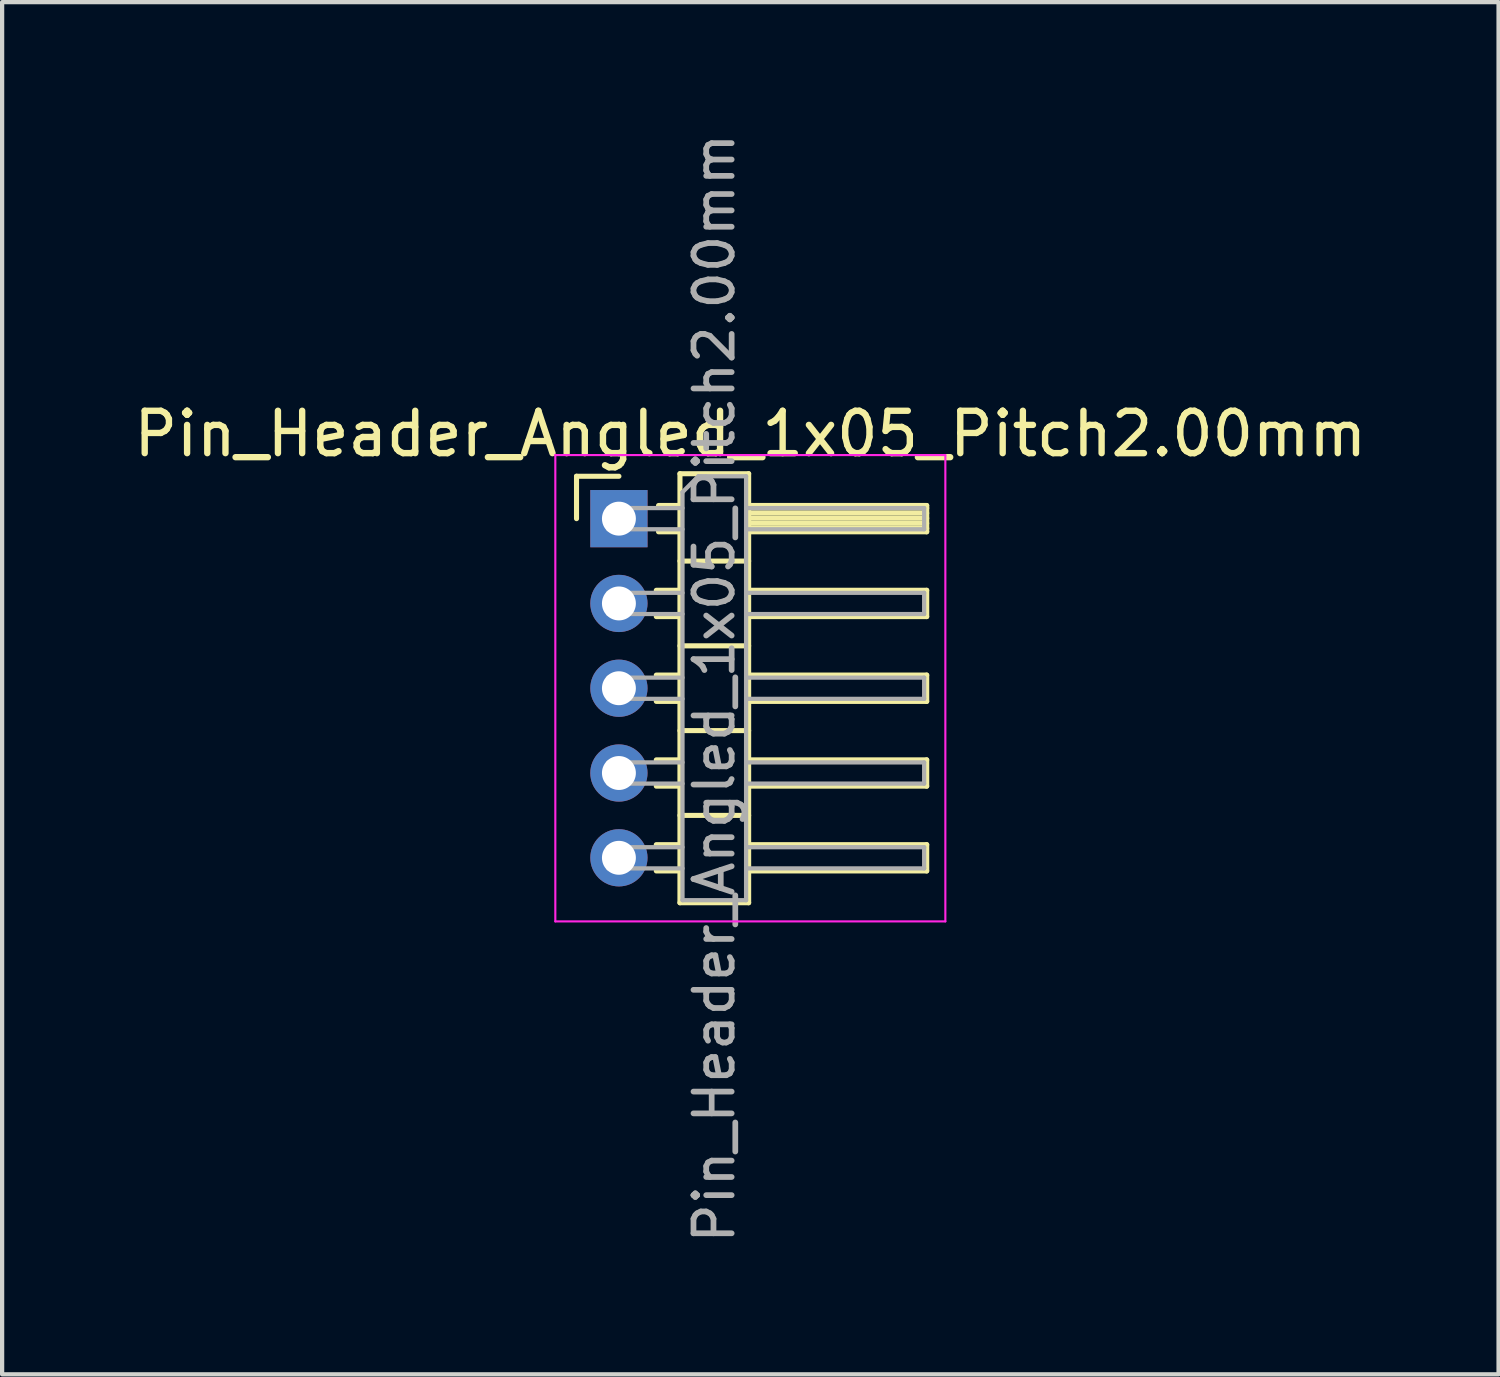
<source format=kicad_pcb>
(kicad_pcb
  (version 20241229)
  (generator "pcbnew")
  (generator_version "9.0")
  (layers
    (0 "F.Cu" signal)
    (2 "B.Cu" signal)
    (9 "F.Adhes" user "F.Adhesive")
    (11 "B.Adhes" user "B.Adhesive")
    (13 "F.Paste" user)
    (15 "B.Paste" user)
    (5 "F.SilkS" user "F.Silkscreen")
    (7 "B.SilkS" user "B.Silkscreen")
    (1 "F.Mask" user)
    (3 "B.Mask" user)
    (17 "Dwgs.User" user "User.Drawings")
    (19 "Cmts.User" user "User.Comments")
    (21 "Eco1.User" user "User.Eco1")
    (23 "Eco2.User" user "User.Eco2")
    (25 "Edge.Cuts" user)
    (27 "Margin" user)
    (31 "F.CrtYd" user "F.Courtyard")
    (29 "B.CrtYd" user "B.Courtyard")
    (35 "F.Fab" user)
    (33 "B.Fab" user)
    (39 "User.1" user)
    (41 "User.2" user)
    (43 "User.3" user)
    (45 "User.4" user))
  (footprint "Pin_Header_Angled_1x05_Pitch2.00mm"
    (layer "F.Cu")
    (at 11.549 9.184)
    (property "Reference" "Pin_Header_Angled_1x05_Pitch2.00mm" (at 3.1 -2 0) (layer "F.SilkS") (effects (font (size 1 1) (thickness 0.15))))
    (attr through_hole)
    (fp_line (start -1 -1) (end 0 -1) (stroke (width 0.12) (type solid)) (layer "F.SilkS"))
    (fp_line (start -1 0) (end -1 -1) (stroke (width 0.12) (type solid)) (layer "F.SilkS"))
    (fp_line (start 0.882 1.69) (end 1.44 1.69) (stroke (width 0.12) (type solid)) (layer "F.SilkS"))
    (fp_line (start 0.882 2.31) (end 1.44 2.31) (stroke (width 0.12) (type solid)) (layer "F.SilkS"))
    (fp_line (start 0.882 3.69) (end 1.44 3.69) (stroke (width 0.12) (type solid)) (layer "F.SilkS"))
    (fp_line (start 0.882 4.31) (end 1.44 4.31) (stroke (width 0.12) (type solid)) (layer "F.SilkS"))
    (fp_line (start 0.882 5.69) (end 1.44 5.69) (stroke (width 0.12) (type solid)) (layer "F.SilkS"))
    (fp_line (start 0.882 6.31) (end 1.44 6.31) (stroke (width 0.12) (type solid)) (layer "F.SilkS"))
    (fp_line (start 0.882 7.69) (end 1.44 7.69) (stroke (width 0.12) (type solid)) (layer "F.SilkS"))
    (fp_line (start 0.882 8.31) (end 1.44 8.31) (stroke (width 0.12) (type solid)) (layer "F.SilkS"))
    (fp_line (start 0.935 -0.31) (end 1.44 -0.31) (stroke (width 0.12) (type solid)) (layer "F.SilkS"))
    (fp_line (start 0.935 0.31) (end 1.44 0.31) (stroke (width 0.12) (type solid)) (layer "F.SilkS"))
    (fp_line (start 1.44 -1.06) (end 1.44 9.06) (stroke (width 0.12) (type solid)) (layer "F.SilkS"))
    (fp_line (start 1.44 1) (end 3.06 1) (stroke (width 0.12) (type solid)) (layer "F.SilkS"))
    (fp_line (start 1.44 3) (end 3.06 3) (stroke (width 0.12) (type solid)) (layer "F.SilkS"))
    (fp_line (start 1.44 5) (end 3.06 5) (stroke (width 0.12) (type solid)) (layer "F.SilkS"))
    (fp_line (start 1.44 7) (end 3.06 7) (stroke (width 0.12) (type solid)) (layer "F.SilkS"))
    (fp_line (start 1.44 9.06) (end 3.06 9.06) (stroke (width 0.12) (type solid)) (layer "F.SilkS"))
    (fp_line (start 3.06 -1.06) (end 1.44 -1.06) (stroke (width 0.12) (type solid)) (layer "F.SilkS"))
    (fp_line (start 3.06 -0.31) (end 7.26 -0.31) (stroke (width 0.12) (type solid)) (layer "F.SilkS"))
    (fp_line (start 3.06 -0.25) (end 7.26 -0.25) (stroke (width 0.12) (type solid)) (layer "F.SilkS"))
    (fp_line (start 3.06 -0.13) (end 7.26 -0.13) (stroke (width 0.12) (type solid)) (layer "F.SilkS"))
    (fp_line (start 3.06 -0.01) (end 7.26 -0.01) (stroke (width 0.12) (type solid)) (layer "F.SilkS"))
    (fp_line (start 3.06 0.11) (end 7.26 0.11) (stroke (width 0.12) (type solid)) (layer "F.SilkS"))
    (fp_line (start 3.06 0.23) (end 7.26 0.23) (stroke (width 0.12) (type solid)) (layer "F.SilkS"))
    (fp_line (start 3.06 1.69) (end 7.26 1.69) (stroke (width 0.12) (type solid)) (layer "F.SilkS"))
    (fp_line (start 3.06 3.69) (end 7.26 3.69) (stroke (width 0.12) (type solid)) (layer "F.SilkS"))
    (fp_line (start 3.06 5.69) (end 7.26 5.69) (stroke (width 0.12) (type solid)) (layer "F.SilkS"))
    (fp_line (start 3.06 7.69) (end 7.26 7.69) (stroke (width 0.12) (type solid)) (layer "F.SilkS"))
    (fp_line (start 3.06 9.06) (end 3.06 -1.06) (stroke (width 0.12) (type solid)) (layer "F.SilkS"))
    (fp_line (start 7.26 -0.31) (end 7.26 0.31) (stroke (width 0.12) (type solid)) (layer "F.SilkS"))
    (fp_line (start 7.26 0.31) (end 3.06 0.31) (stroke (width 0.12) (type solid)) (layer "F.SilkS"))
    (fp_line (start 7.26 1.69) (end 7.26 2.31) (stroke (width 0.12) (type solid)) (layer "F.SilkS"))
    (fp_line (start 7.26 2.31) (end 3.06 2.31) (stroke (width 0.12) (type solid)) (layer "F.SilkS"))
    (fp_line (start 7.26 3.69) (end 7.26 4.31) (stroke (width 0.12) (type solid)) (layer "F.SilkS"))
    (fp_line (start 7.26 4.31) (end 3.06 4.31) (stroke (width 0.12) (type solid)) (layer "F.SilkS"))
    (fp_line (start 7.26 5.69) (end 7.26 6.31) (stroke (width 0.12) (type solid)) (layer "F.SilkS"))
    (fp_line (start 7.26 6.31) (end 3.06 6.31) (stroke (width 0.12) (type solid)) (layer "F.SilkS"))
    (fp_line (start 7.26 7.69) (end 7.26 8.31) (stroke (width 0.12) (type solid)) (layer "F.SilkS"))
    (fp_line (start 7.26 8.31) (end 3.06 8.31) (stroke (width 0.12) (type solid)) (layer "F.SilkS"))
    (fp_line (start -1.5 -1.5) (end -1.5 9.5) (stroke (width 0.05) (type solid)) (layer "F.CrtYd"))
    (fp_line (start -1.5 9.5) (end 7.7 9.5) (stroke (width 0.05) (type solid)) (layer "F.CrtYd"))
    (fp_line (start 7.7 -1.5) (end -1.5 -1.5) (stroke (width 0.05) (type solid)) (layer "F.CrtYd"))
    (fp_line (start 7.7 9.5) (end 7.7 -1.5) (stroke (width 0.05) (type solid)) (layer "F.CrtYd"))
    (fp_line (start -0.25 -0.25) (end -0.25 0.25) (stroke (width 0.1) (type solid)) (layer "F.Fab"))
    (fp_line (start -0.25 -0.25) (end 1.5 -0.25) (stroke (width 0.1) (type solid)) (layer "F.Fab"))
    (fp_line (start -0.25 0.25) (end 1.5 0.25) (stroke (width 0.1) (type solid)) (layer "F.Fab"))
    (fp_line (start -0.25 1.75) (end -0.25 2.25) (stroke (width 0.1) (type solid)) (layer "F.Fab"))
    (fp_line (start -0.25 1.75) (end 1.5 1.75) (stroke (width 0.1) (type solid)) (layer "F.Fab"))
    (fp_line (start -0.25 2.25) (end 1.5 2.25) (stroke (width 0.1) (type solid)) (layer "F.Fab"))
    (fp_line (start -0.25 3.75) (end -0.25 4.25) (stroke (width 0.1) (type solid)) (layer "F.Fab"))
    (fp_line (start -0.25 3.75) (end 1.5 3.75) (stroke (width 0.1) (type solid)) (layer "F.Fab"))
    (fp_line (start -0.25 4.25) (end 1.5 4.25) (stroke (width 0.1) (type solid)) (layer "F.Fab"))
    (fp_line (start -0.25 5.75) (end -0.25 6.25) (stroke (width 0.1) (type solid)) (layer "F.Fab"))
    (fp_line (start -0.25 5.75) (end 1.5 5.75) (stroke (width 0.1) (type solid)) (layer "F.Fab"))
    (fp_line (start -0.25 6.25) (end 1.5 6.25) (stroke (width 0.1) (type solid)) (layer "F.Fab"))
    (fp_line (start -0.25 7.75) (end -0.25 8.25) (stroke (width 0.1) (type solid)) (layer "F.Fab"))
    (fp_line (start -0.25 7.75) (end 1.5 7.75) (stroke (width 0.1) (type solid)) (layer "F.Fab"))
    (fp_line (start -0.25 8.25) (end 1.5 8.25) (stroke (width 0.1) (type solid)) (layer "F.Fab"))
    (fp_line (start 1.5 -0.625) (end 1.875 -1) (stroke (width 0.1) (type solid)) (layer "F.Fab"))
    (fp_line (start 1.5 9) (end 1.5 -0.625) (stroke (width 0.1) (type solid)) (layer "F.Fab"))
    (fp_line (start 1.875 -1) (end 3 -1) (stroke (width 0.1) (type solid)) (layer "F.Fab"))
    (fp_line (start 3 -1) (end 3 9) (stroke (width 0.1) (type solid)) (layer "F.Fab"))
    (fp_line (start 3 -0.25) (end 7.2 -0.25) (stroke (width 0.1) (type solid)) (layer "F.Fab"))
    (fp_line (start 3 0.25) (end 7.2 0.25) (stroke (width 0.1) (type solid)) (layer "F.Fab"))
    (fp_line (start 3 1.75) (end 7.2 1.75) (stroke (width 0.1) (type solid)) (layer "F.Fab"))
    (fp_line (start 3 2.25) (end 7.2 2.25) (stroke (width 0.1) (type solid)) (layer "F.Fab"))
    (fp_line (start 3 3.75) (end 7.2 3.75) (stroke (width 0.1) (type solid)) (layer "F.Fab"))
    (fp_line (start 3 4.25) (end 7.2 4.25) (stroke (width 0.1) (type solid)) (layer "F.Fab"))
    (fp_line (start 3 5.75) (end 7.2 5.75) (stroke (width 0.1) (type solid)) (layer "F.Fab"))
    (fp_line (start 3 6.25) (end 7.2 6.25) (stroke (width 0.1) (type solid)) (layer "F.Fab"))
    (fp_line (start 3 7.75) (end 7.2 7.75) (stroke (width 0.1) (type solid)) (layer "F.Fab"))
    (fp_line (start 3 8.25) (end 7.2 8.25) (stroke (width 0.1) (type solid)) (layer "F.Fab"))
    (fp_line (start 3 9) (end 1.5 9) (stroke (width 0.1) (type solid)) (layer "F.Fab"))
    (fp_line (start 7.2 -0.25) (end 7.2 0.25) (stroke (width 0.1) (type solid)) (layer "F.Fab"))
    (fp_line (start 7.2 1.75) (end 7.2 2.25) (stroke (width 0.1) (type solid)) (layer "F.Fab"))
    (fp_line (start 7.2 3.75) (end 7.2 4.25) (stroke (width 0.1) (type solid)) (layer "F.Fab"))
    (fp_line (start 7.2 5.75) (end 7.2 6.25) (stroke (width 0.1) (type solid)) (layer "F.Fab"))
    (fp_line (start 7.2 7.75) (end 7.2 8.25) (stroke (width 0.1) (type solid)) (layer "F.Fab"))
    (fp_text user "${REFERENCE}" (at 2.25 4 90) (layer "F.Fab") (effects (font (size 0.9 0.9) (thickness 0.135))))
    (pad "1" thru_hole rect (at 0 0) (size 1.35 1.35) (drill 0.8) (layers "*.Cu" "*.Mask"))
    (pad "2" thru_hole oval (at 0 2) (size 1.35 1.35) (drill 0.8) (layers "*.Cu" "*.Mask"))
    (pad "3" thru_hole oval (at 0 4) (size 1.35 1.35) (drill 0.8) (layers "*.Cu" "*.Mask"))
    (pad "4" thru_hole oval (at 0 6) (size 1.35 1.35) (drill 0.8) (layers "*.Cu" "*.Mask"))
    (pad "5" thru_hole oval (at 0 8) (size 1.35 1.35) (drill 0.8) (layers "*.Cu" "*.Mask")))
  (gr_rect
    (start -3 -3)
    (end 32.298 29.368)
    (stroke (width 0.1) (type default))
    (fill no)
    (layer "Edge.Cuts")))
</source>
